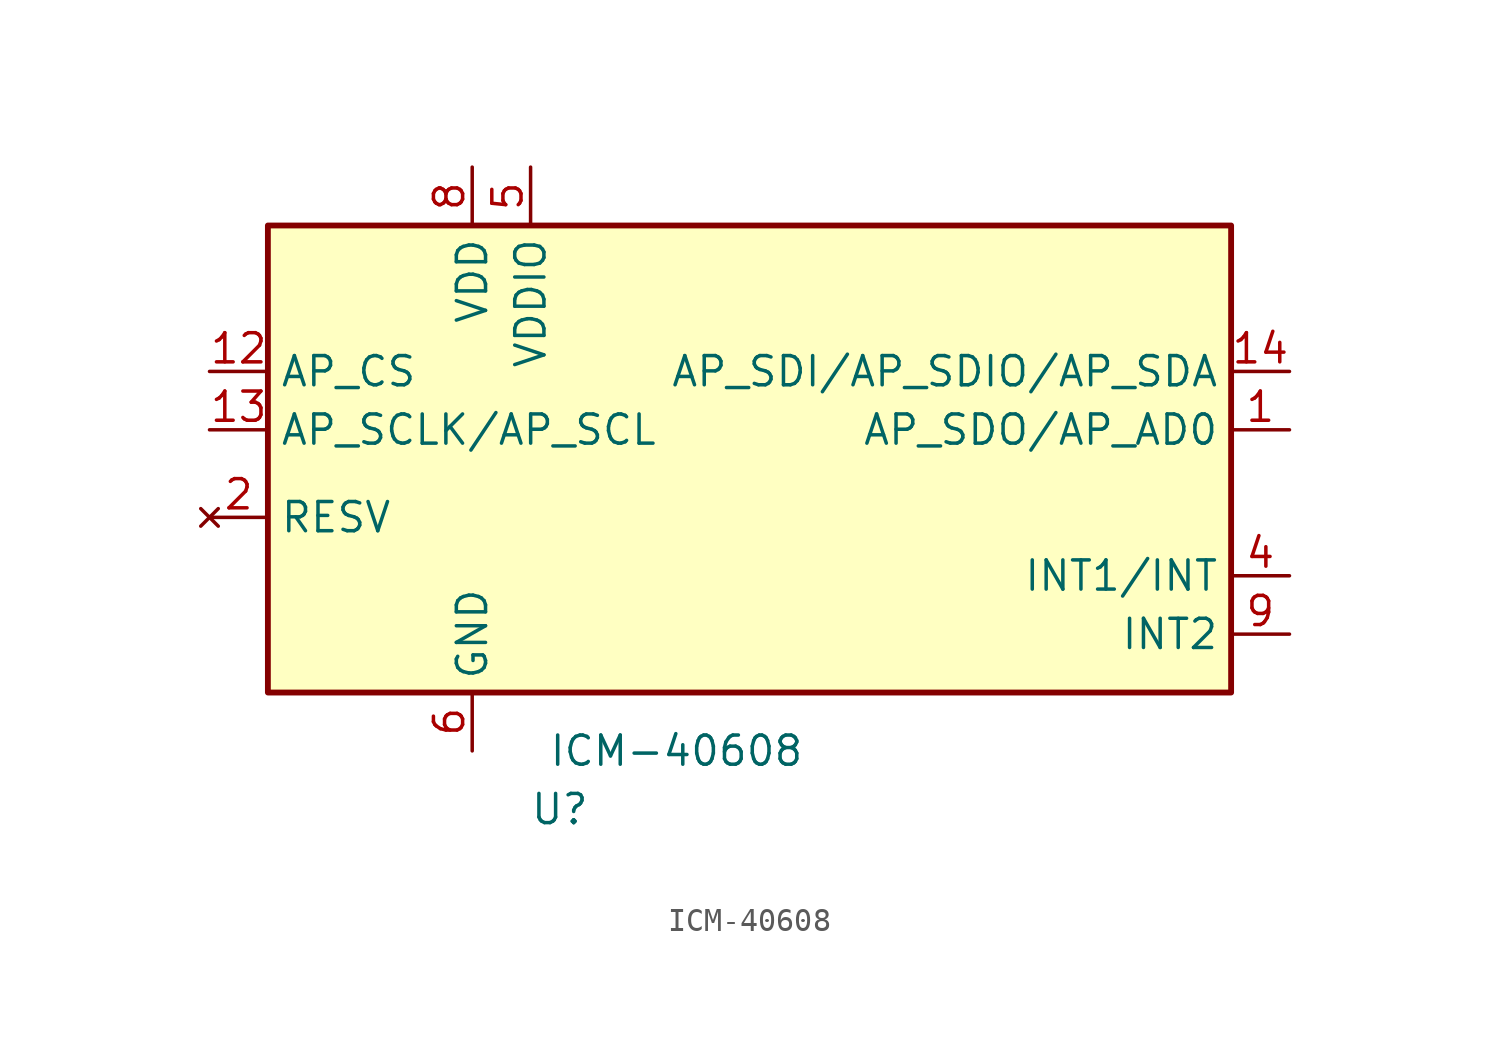
<source format=kicad_sym>
(kicad_symbol_lib
  (version 20220914)
  (generator kicad_symbol_editor)
  (symbol "ICM-40608"
    (property "Reference" "U"
      (at 15.24 -36.83 0)
      (effects (font (size 1.27 1.27))))
    (property "Value" "ICM-40608"
      (at 20.32 -34.29 0)
      (effects (font (size 1.27 1.27))))
    (symbol "ICM-40608_1_1"
      (rectangle (start 2.54 -11.43) (end 44.45 -31.75) (stroke (width 0.254) (type default)) (fill (type background)))
      (pin output line (at 46.99 -20.32 180) (length 2.54) (name "AP_SDO/AP_AD0" (effects (font (size 1.27 1.27)))) (number "1" (effects (font (size 1.27 1.27)))))
      (pin power_in line (at 0 -24.13 0) (length 2.54) hide (name "RESV" (effects (font (size 1.27 1.27)))) (number "10" (effects (font (size 1.27 1.27)))))
      (pin power_in line (at 0 -24.13 0) (length 2.54) hide (name "RESV" (effects (font (size 1.27 1.27)))) (number "11" (effects (font (size 1.27 1.27)))))
      (pin input line (at 0 -17.78 0) (length 2.54) (name "AP_CS" (effects (font (size 1.27 1.27)))) (number "12" (effects (font (size 1.27 1.27)))))
      (pin input line (at 0 -20.32 0) (length 2.54) (name "AP_SCLK/AP_SCL" (effects (font (size 1.27 1.27)))) (number "13" (effects (font (size 1.27 1.27)))))
      (pin bidirectional line (at 46.99 -17.78 180) (length 2.54) (name "AP_SDI/AP_SDIO/AP_SDA" (effects (font (size 1.27 1.27)))) (number "14" (effects (font (size 1.27 1.27)))))
      (pin no_connect line (at 0 -24.13 0) (length 2.54) (name "RESV" (effects (font (size 1.27 1.27)))) (number "2" (effects (font (size 1.27 1.27)))))
      (pin no_connect line (at 0 -24.13 0) (length 2.54) hide (name "RESV" (effects (font (size 1.27 1.27)))) (number "3" (effects (font (size 1.27 1.27)))))
      (pin output line (at 46.99 -26.67 180) (length 2.54) (name "INT1/INT" (effects (font (size 1.27 1.27)))) (number "4" (effects (font (size 1.27 1.27)))))
      (pin power_in line (at 13.97 -8.89 270) (length 2.54) (name "VDDIO" (effects (font (size 1.27 1.27)))) (number "5" (effects (font (size 1.27 1.27)))))
      (pin power_in line (at 11.43 -34.29 90) (length 2.54) (name "GND" (effects (font (size 1.27 1.27)))) (number "6" (effects (font (size 1.27 1.27)))))
      (pin no_connect line (at 0 -24.13 0) (length 2.54) hide (name "RESV" (effects (font (size 1.27 1.27)))) (number "7" (effects (font (size 1.27 1.27)))))
      (pin power_in line (at 11.43 -8.89 270) (length 2.54) (name "VDD" (effects (font (size 1.27 1.27)))) (number "8" (effects (font (size 1.27 1.27)))))
      (pin power_in line (at 46.99 -29.21 180) (length 2.54) (name "INT2" (effects (font (size 1.27 1.27)))) (number "9" (effects (font (size 1.27 1.27))))))))
</source>
